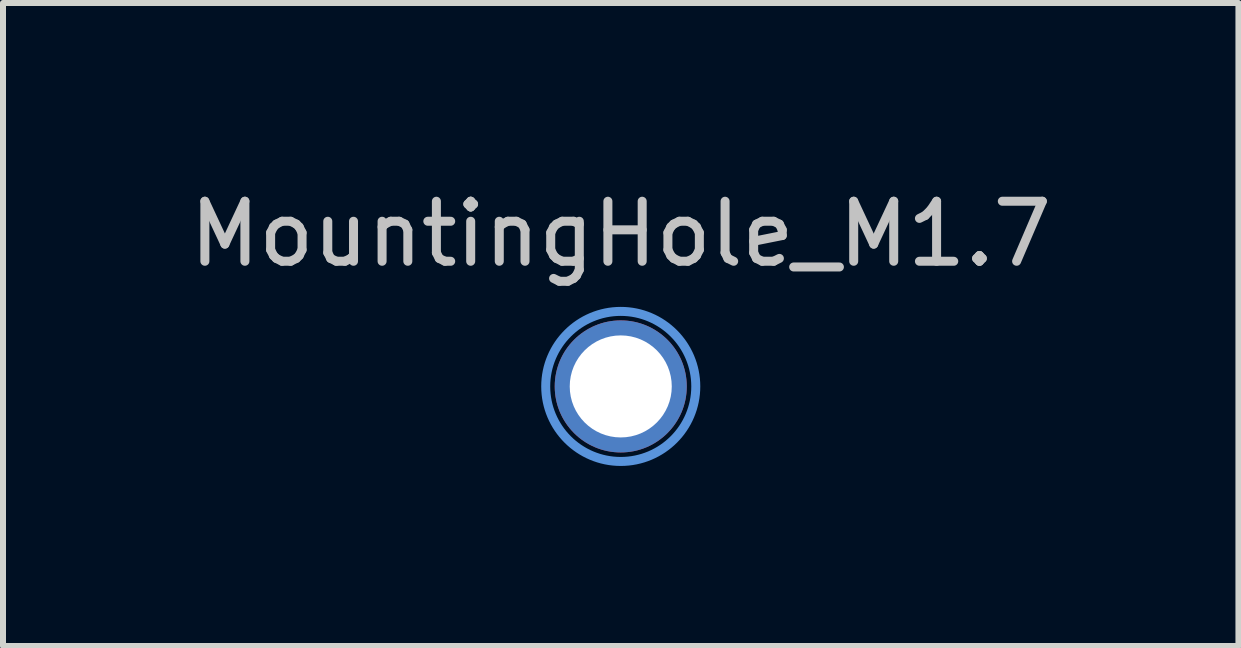
<source format=kicad_pcb>
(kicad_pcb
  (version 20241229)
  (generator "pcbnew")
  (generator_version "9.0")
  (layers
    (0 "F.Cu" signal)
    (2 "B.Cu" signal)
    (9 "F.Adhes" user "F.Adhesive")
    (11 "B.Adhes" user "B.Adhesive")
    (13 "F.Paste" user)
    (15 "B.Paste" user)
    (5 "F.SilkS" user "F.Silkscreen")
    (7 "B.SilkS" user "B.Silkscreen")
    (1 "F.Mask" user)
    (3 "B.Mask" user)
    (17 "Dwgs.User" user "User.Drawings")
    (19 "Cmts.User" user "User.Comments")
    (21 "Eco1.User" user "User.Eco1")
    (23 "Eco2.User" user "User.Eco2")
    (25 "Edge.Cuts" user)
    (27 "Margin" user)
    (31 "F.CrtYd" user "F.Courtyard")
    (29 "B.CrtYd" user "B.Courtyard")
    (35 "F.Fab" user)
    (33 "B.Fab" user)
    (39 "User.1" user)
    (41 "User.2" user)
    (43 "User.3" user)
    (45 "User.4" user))
  (footprint "MountingHole_M1.7"
    (layer "F.Cu")
    (at 7.292 3.388)
    (property "Reference" "MountingHole_M1.7" (at 0 -2.54 0) (layer "Dwgs.User") (effects (font (size 1 1) (thickness 0.15))))
    (attr through_hole)
    (fp_circle (center 0 0) (end 1.25 0) (stroke (width 0.15) (type solid)) (fill no) (layer "Cmts.User"))
    (fp_circle (center 0 0) (end 1.25 0) (stroke (width 0.05) (type solid)) (fill no) (layer "F.CrtYd"))
    (pad "" np_thru_hole circle (at 0 0) (size 2.2 2.2) (drill 1.7) (layers "*.Cu" "*.Mask")))
  (gr_rect
    (start -3 -3)
    (end 17.583 7.713)
    (stroke (width 0.1) (type default))
    (fill no)
    (layer "Edge.Cuts")))
</source>
